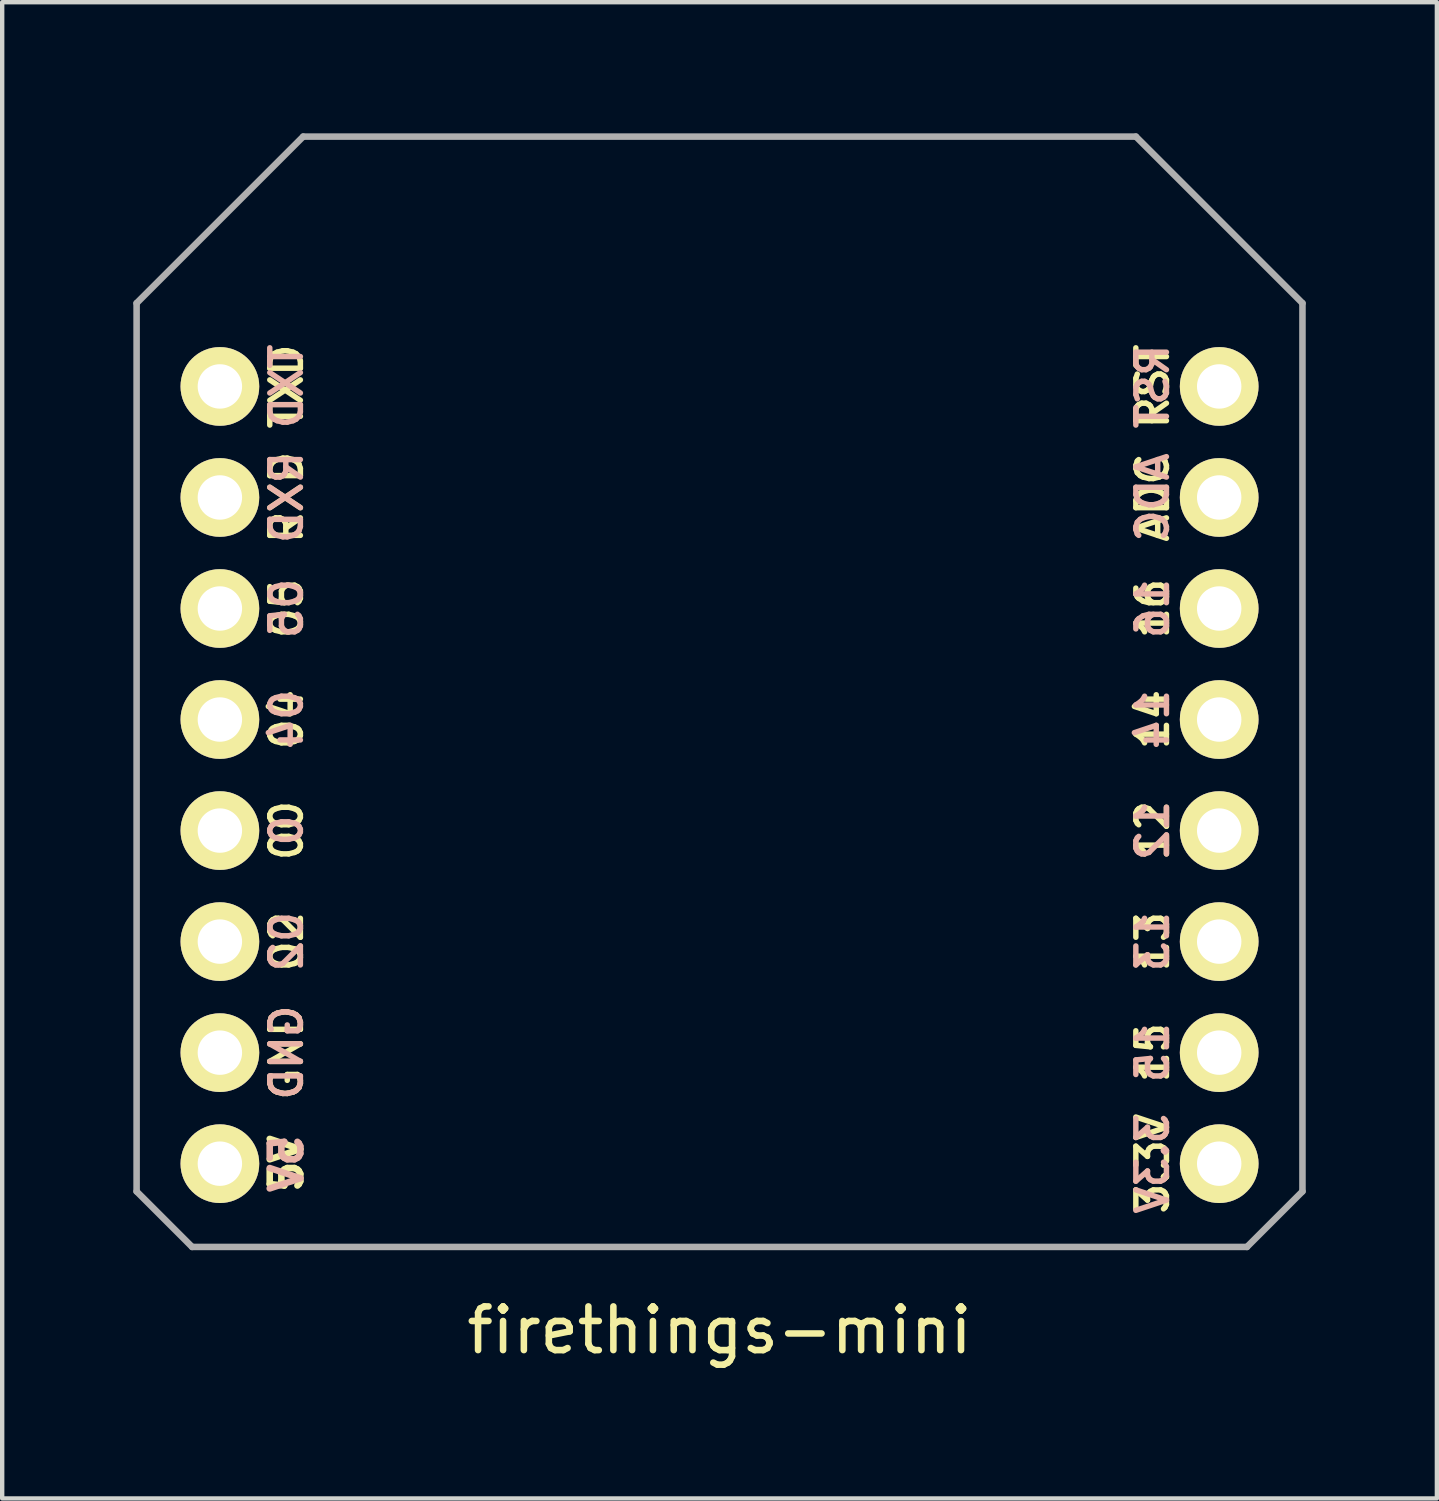
<source format=kicad_pcb>
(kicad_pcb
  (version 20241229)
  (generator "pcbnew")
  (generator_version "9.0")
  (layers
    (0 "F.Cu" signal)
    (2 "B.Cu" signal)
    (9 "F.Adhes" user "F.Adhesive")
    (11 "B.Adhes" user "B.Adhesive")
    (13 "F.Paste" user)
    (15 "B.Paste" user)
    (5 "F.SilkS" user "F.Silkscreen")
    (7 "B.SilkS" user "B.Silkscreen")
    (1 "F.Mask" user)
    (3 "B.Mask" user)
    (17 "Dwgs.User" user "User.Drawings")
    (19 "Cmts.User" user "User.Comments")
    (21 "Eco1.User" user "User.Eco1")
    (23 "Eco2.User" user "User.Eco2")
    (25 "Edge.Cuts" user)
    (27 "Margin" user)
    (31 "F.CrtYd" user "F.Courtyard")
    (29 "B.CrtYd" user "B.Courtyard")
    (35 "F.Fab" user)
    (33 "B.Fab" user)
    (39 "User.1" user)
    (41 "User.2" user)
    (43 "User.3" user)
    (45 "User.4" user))
  (footprint "firethings-mini"
    (layer "F.Cu")
    (at 13.41 15.95)
    (property "Reference" "firethings-mini" (at 0 11.43 0) (layer "F.SilkS") (effects (font (size 1 1) (thickness 0.15))))
    (attr through_hole)
    (fp_line (start -13.335 8.255) (end -13.335 -12.065) (stroke (width 0.15) (type solid)) (layer "F.Fab"))
    (fp_line (start -13.335 8.255) (end -12.065 9.525) (stroke (width 0.15) (type solid)) (layer "F.Fab"))
    (fp_line (start -12.065 9.525) (end 12.065 9.525) (stroke (width 0.15) (type solid)) (layer "F.Fab"))
    (fp_line (start -9.525 -15.875) (end -13.335 -12.065) (stroke (width 0.15) (type solid)) (layer "F.Fab"))
    (fp_line (start 9.525 -15.875) (end -9.525 -15.875) (stroke (width 0.15) (type solid)) (layer "F.Fab"))
    (fp_line (start 12.065 9.525) (end 13.335 8.255) (stroke (width 0.15) (type solid)) (layer "F.Fab"))
    (fp_line (start 13.335 -12.065) (end 9.525 -15.875) (stroke (width 0.15) (type solid)) (layer "F.Fab"))
    (fp_line (start 13.335 8.255) (end 13.335 -12.065) (stroke (width 0.15) (type solid)) (layer "F.Fab"))
    (fp_text user "RXD" (at -9.906 -7.62 90) (layer "F.SilkS") (effects (font (size 0.7 0.7) (thickness 0.125))))
    (fp_text user "13" (at 9.906 2.54 90) (layer "F.SilkS") (effects (font (size 0.7 0.7) (thickness 0.125))))
    (fp_text user "05" (at -9.906 -5.08 90) (layer "F.SilkS") (effects (font (size 0.7 0.7) (thickness 0.125))))
    (fp_text user "TXD" (at -9.906 -10.16 90) (layer "F.SilkS") (effects (font (size 0.7 0.7) (thickness 0.125))))
    (fp_text user "04" (at -9.906 -2.54 90) (layer "F.SilkS") (effects (font (size 0.7 0.7) (thickness 0.125))))
    (fp_text user "00" (at -9.906 0 90) (layer "F.SilkS") (effects (font (size 0.7 0.7) (thickness 0.125))))
    (fp_text user "GND" (at -9.906 5.08 90) (layer "F.SilkS") (effects (font (size 0.7 0.7) (thickness 0.125))))
    (fp_text user "RST" (at 9.906 -10.16 90) (layer "F.SilkS") (effects (font (size 0.7 0.7) (thickness 0.125))))
    (fp_text user "ADC" (at 9.906 -7.62 90) (layer "F.SilkS") (effects (font (size 0.7 0.7) (thickness 0.125))))
    (fp_text user "02" (at -9.906 2.54 90) (layer "F.SilkS") (effects (font (size 0.7 0.7) (thickness 0.125))))
    (fp_text user "12" (at 9.906 0 90) (layer "F.SilkS") (effects (font (size 0.7 0.7) (thickness 0.125))))
    (fp_text user "16" (at 9.906 -5.08 90) (layer "F.SilkS") (effects (font (size 0.7 0.7) (thickness 0.125))))
    (fp_text user "3.3V" (at 9.906 7.62 90) (layer "F.SilkS") (effects (font (size 0.7 0.7) (thickness 0.125))))
    (fp_text user "14" (at 9.906 -2.54 90) (layer "F.SilkS") (effects (font (size 0.7 0.7) (thickness 0.125))))
    (fp_text user "15" (at 9.906 5.08 90) (layer "F.SilkS") (effects (font (size 0.7 0.7) (thickness 0.125))))
    (fp_text user "5V" (at -9.906 7.62 90) (layer "F.SilkS") (effects (font (size 0.7 0.7) (thickness 0.15))))
    (fp_text user "TXD" (at -9.906 -10.16 90) (layer "B.SilkS") (effects (font (size 0.7 0.7) (thickness 0.125)) (justify mirror)))
    (fp_text user "16" (at 9.906 -5.08 90) (layer "B.SilkS") (effects (font (size 0.7 0.7) (thickness 0.125)) (justify mirror)))
    (fp_text user "RXD" (at -9.906 -7.62 90) (layer "B.SilkS") (effects (font (size 0.7 0.7) (thickness 0.125)) (justify mirror)))
    (fp_text user "12" (at 9.906 0 90) (layer "B.SilkS") (effects (font (size 0.7 0.7) (thickness 0.125)) (justify mirror)))
    (fp_text user "02" (at -9.906 2.54 90) (layer "B.SilkS") (effects (font (size 0.7 0.7) (thickness 0.125)) (justify mirror)))
    (fp_text user "04" (at -9.906 -2.54 90) (layer "B.SilkS") (effects (font (size 0.7 0.7) (thickness 0.125)) (justify mirror)))
    (fp_text user "ADC" (at 9.906 -7.62 90) (layer "B.SilkS") (effects (font (size 0.7 0.7) (thickness 0.125)) (justify mirror)))
    (fp_text user "0" (at -9.906 0 90) (layer "B.SilkS") (effects (font (size 0.7 0.7) (thickness 0.125)) (justify mirror)))
    (fp_text user "13" (at 9.906 2.54 90) (layer "B.SilkS") (effects (font (size 0.7 0.7) (thickness 0.125)) (justify mirror)))
    (fp_text user "5V" (at -9.906 7.62 90) (layer "B.SilkS") (effects (font (size 0.7 0.7) (thickness 0.15)) (justify mirror)))
    (fp_text user "15" (at 9.906 5.08 90) (layer "B.SilkS") (effects (font (size 0.7 0.7) (thickness 0.125)) (justify mirror)))
    (fp_text user "14" (at 9.906 -2.54 90) (layer "B.SilkS") (effects (font (size 0.7 0.7) (thickness 0.125)) (justify mirror)))
    (fp_text user "05" (at -9.906 -5.08 90) (layer "B.SilkS") (effects (font (size 0.7 0.7) (thickness 0.125)) (justify mirror)))
    (fp_text user "RST" (at 9.906 -10.16 90) (layer "B.SilkS") (effects (font (size 0.7 0.7) (thickness 0.125)) (justify mirror)))
    (fp_text user "GND" (at -9.906 5.08 90) (layer "B.SilkS") (effects (font (size 0.7 0.7) (thickness 0.125)) (justify mirror)))
    (fp_text user "3.3V" (at 9.906 7.62 90) (layer "B.SilkS") (effects (font (size 0.7 0.7) (thickness 0.125)) (justify mirror)))
    (pad "1" thru_hole circle (at -11.43 7.62) (size 1.8 1.8) (drill 1.016) (layers "*.Cu" "*.Mask" "F.SilkS"))
    (pad "2" thru_hole circle (at -11.43 5.08) (size 1.8 1.8) (drill 1.016) (layers "*.Cu" "*.Mask" "F.SilkS"))
    (pad "3" thru_hole circle (at -11.43 2.54) (size 1.8 1.8) (drill 1.016) (layers "*.Cu" "*.Mask" "F.SilkS"))
    (pad "4" thru_hole circle (at -11.43 0) (size 1.8 1.8) (drill 1.016) (layers "*.Cu" "*.Mask" "F.SilkS"))
    (pad "5" thru_hole circle (at -11.43 -2.54) (size 1.8 1.8) (drill 1.016) (layers "*.Cu" "*.Mask" "F.SilkS"))
    (pad "6" thru_hole circle (at -11.43 -5.08) (size 1.8 1.8) (drill 1.016) (layers "*.Cu" "*.Mask" "F.SilkS"))
    (pad "7" thru_hole circle (at -11.43 -7.62) (size 1.8 1.8) (drill 1.016) (layers "*.Cu" "*.Mask" "F.SilkS"))
    (pad "8" thru_hole circle (at -11.43 -10.16) (size 1.8 1.8) (drill 1.016) (layers "*.Cu" "*.Mask" "F.SilkS"))
    (pad "9" thru_hole circle (at 11.43 -10.16) (size 1.8 1.8) (drill 1.016) (layers "*.Cu" "*.Mask" "F.SilkS"))
    (pad "10" thru_hole circle (at 11.43 -7.62) (size 1.8 1.8) (drill 1.016) (layers "*.Cu" "*.Mask" "F.SilkS"))
    (pad "11" thru_hole circle (at 11.43 -5.08) (size 1.8 1.8) (drill 1.016) (layers "*.Cu" "*.Mask" "F.SilkS"))
    (pad "12" thru_hole circle (at 11.43 -2.54) (size 1.8 1.8) (drill 1.016) (layers "*.Cu" "*.Mask" "F.SilkS"))
    (pad "13" thru_hole circle (at 11.43 0) (size 1.8 1.8) (drill 1.016) (layers "*.Cu" "*.Mask" "F.SilkS"))
    (pad "14" thru_hole circle (at 11.43 2.54) (size 1.8 1.8) (drill 1.016) (layers "*.Cu" "*.Mask" "F.SilkS"))
    (pad "15" thru_hole circle (at 11.43 5.08) (size 1.8 1.8) (drill 1.016) (layers "*.Cu" "*.Mask" "F.SilkS"))
    (pad "16" thru_hole circle (at 11.43 7.62) (size 1.8 1.8) (drill 1.016) (layers "*.Cu" "*.Mask" "F.SilkS")))
  (gr_rect
    (start -3 -3)
    (end 29.82 31.228)
    (stroke (width 0.1) (type default))
    (fill no)
    (layer "Edge.Cuts")))
</source>
